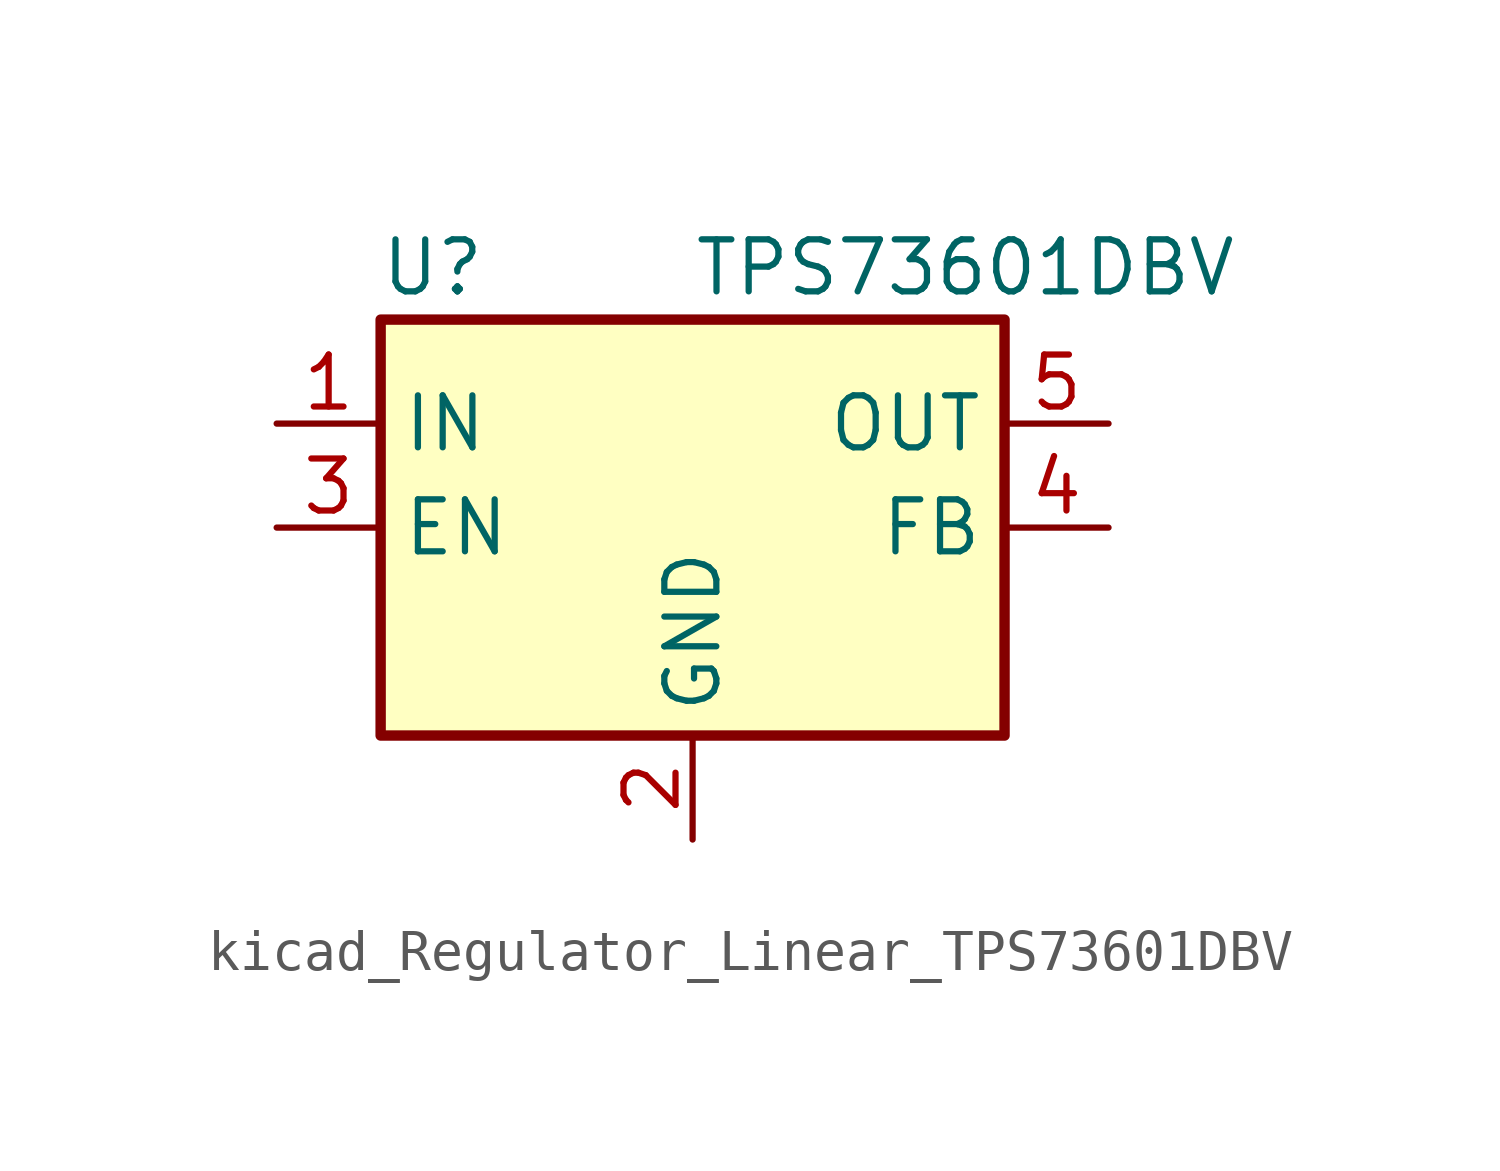
<source format=kicad_sym>
(kicad_symbol_lib
  (version 20220914)
  (generator kicad_symbol_editor)
  (symbol "kicad_Regulator_Linear_TPS73601DBV"
    (property "Reference" "U"
      (at -6.35 6.35 0)
      (effects (font (size 1.27 1.27))))
    (property "Value" "TPS73601DBV"
      (at 0 6.35 0)
      (effects (font (size 1.27 1.27)) (justify left)))
    (symbol "kicad_Regulator_Linear_TPS73601DBV_0_1"
      (rectangle (start -7.62 -5.08) (end 7.62 5.08) (stroke (width 0.254) (type default)) (fill (type background))))
    (symbol "kicad_Regulator_Linear_TPS73601DBV_1_1"
      (pin power_in line (at -10.16 2.54 0) (length 2.54) (name "IN" (effects (font (size 1.27 1.27)))) (number "1" (effects (font (size 1.27 1.27)))))
      (pin power_in line (at 0 -7.62 90) (length 2.54) (name "GND" (effects (font (size 1.27 1.27)))) (number "2" (effects (font (size 1.27 1.27)))))
      (pin input line (at -10.16 0 0) (length 2.54) (name "EN" (effects (font (size 1.27 1.27)))) (number "3" (effects (font (size 1.27 1.27)))))
      (pin input line (at 10.16 0 180) (length 2.54) (name "FB" (effects (font (size 1.27 1.27)))) (number "4" (effects (font (size 1.27 1.27)))))
      (pin power_out line (at 10.16 2.54 180) (length 2.54) (name "OUT" (effects (font (size 1.27 1.27)))) (number "5" (effects (font (size 1.27 1.27))))))))
</source>
